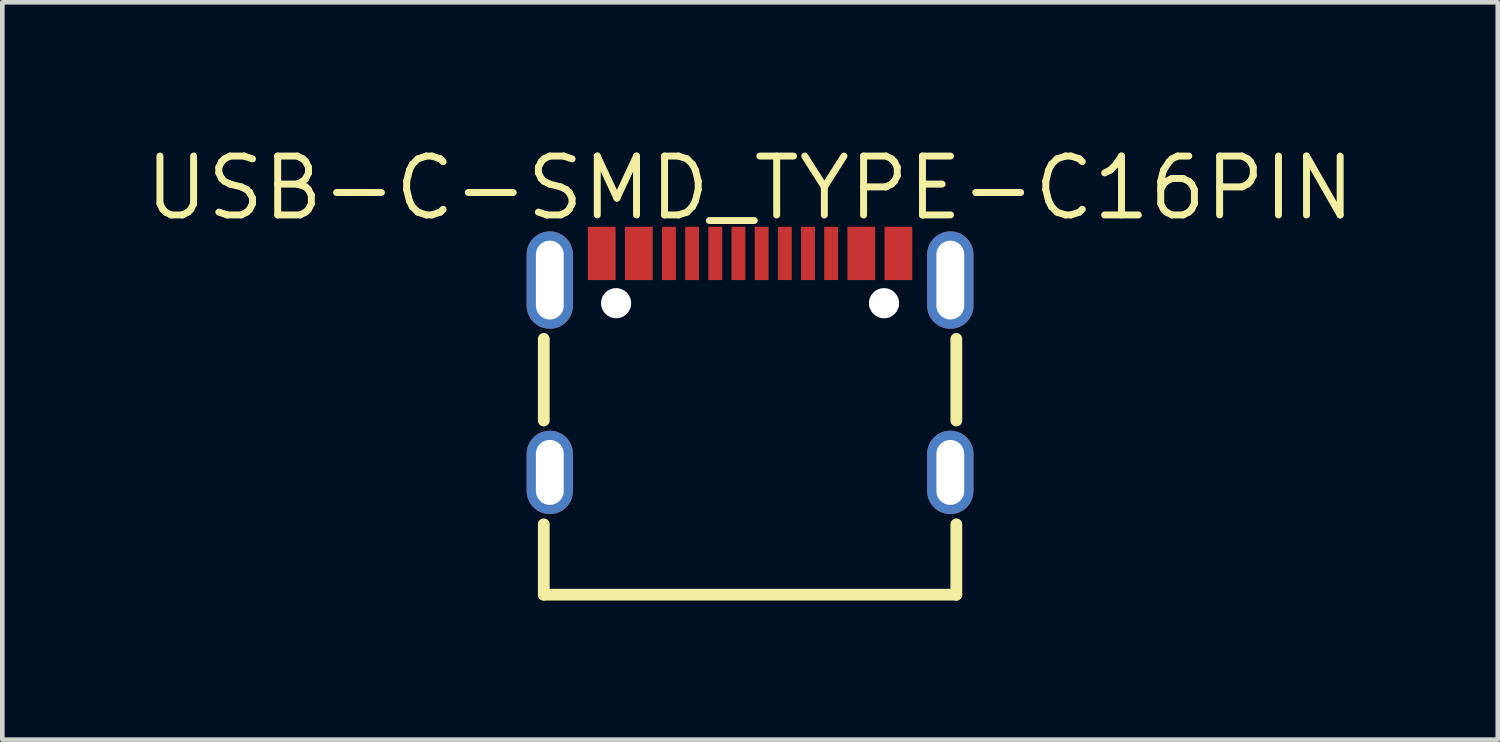
<source format=kicad_pcb>
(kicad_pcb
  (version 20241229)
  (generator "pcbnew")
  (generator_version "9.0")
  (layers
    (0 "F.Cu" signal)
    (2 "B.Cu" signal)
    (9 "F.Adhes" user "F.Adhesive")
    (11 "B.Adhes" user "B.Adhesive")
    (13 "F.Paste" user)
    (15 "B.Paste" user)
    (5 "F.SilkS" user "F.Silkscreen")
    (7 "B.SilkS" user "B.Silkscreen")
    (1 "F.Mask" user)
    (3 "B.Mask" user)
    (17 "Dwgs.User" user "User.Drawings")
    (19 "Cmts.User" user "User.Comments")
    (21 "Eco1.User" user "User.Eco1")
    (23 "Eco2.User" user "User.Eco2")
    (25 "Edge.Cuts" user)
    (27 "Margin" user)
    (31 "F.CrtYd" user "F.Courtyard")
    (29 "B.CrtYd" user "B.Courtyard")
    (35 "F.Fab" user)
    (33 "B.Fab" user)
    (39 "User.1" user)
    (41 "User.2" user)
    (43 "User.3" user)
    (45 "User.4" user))
  (footprint "USB-C-SMD_TYPE-C16PIN"
    (layer "F.Cu")
    (at 13.131 4.779)
    (property "Reference" "USB-C-SMD_TYPE-C16PIN" (at 0 -3.772 0) (layer "F.SilkS") (effects (font (size 1.27 1.27) (thickness 0.15))))
    (fp_line (start -4.45 -0.518) (end -4.45 1.243) (stroke (width 0.254) (type default)) (layer "F.SilkS"))
    (fp_line (start -4.45 3.482) (end -4.45 5) (stroke (width 0.254) (type default)) (layer "F.SilkS"))
    (fp_line (start -4.45 5) (end 4.45 5) (stroke (width 0.254) (type default)) (layer "F.SilkS"))
    (fp_line (start 4.45 1.243) (end 4.45 -0.518) (stroke (width 0.254) (type default)) (layer "F.SilkS"))
    (fp_line (start 4.45 5) (end 4.45 3.482) (stroke (width 0.254) (type default)) (layer "F.SilkS"))
    (fp_circle (center -2.89 -1.288) (end -2.765 -1.288) (stroke (width 0.25) (type default)) (fill no) (layer "Dwgs.User"))
    (fp_circle (center 2.89 -1.288) (end 3.015 -1.288) (stroke (width 0.25) (type default)) (fill no) (layer "Dwgs.User"))
    (fp_circle (center -4.47 -2.803) (end -4.44 -2.803) (stroke (width 0.06) (type default)) (fill no) (layer "User.5"))
    (pad "" np_thru_hole circle (at -2.89 -1.288) (size 0.65 0.65) (drill 0.65) (layers "*.Cu" "*.Mask"))
    (pad "" np_thru_hole circle (at 2.89 -1.288) (size 0.65 0.65) (drill 0.65) (layers "*.Cu" "*.Mask"))
    (pad "1" thru_hole oval (at -4.32 -1.787) (size 1 2.1) (drill oval 0.6 1.7) (layers "*.Cu" "*.Mask"))
    (pad "2" thru_hole oval (at 4.32 -1.787) (size 1 2.1) (drill oval 0.6 1.7) (layers "*.Cu" "*.Mask"))
    (pad "3" thru_hole oval (at -4.32 2.362) (size 1 1.8) (drill oval 0.6 1.4) (layers "*.Cu" "*.Mask"))
    (pad "4" thru_hole oval (at 4.32 2.362) (size 1 1.8) (drill oval 0.6 1.4) (layers "*.Cu" "*.Mask"))
    (pad "A1B12" smd rect (at -3.2 -2.362) (size 0.6 1.15) (layers "F.Cu" "F.Mask" "F.Paste"))
    (pad "A4B9" smd rect (at -2.4 -2.362) (size 0.6 1.15) (layers "F.Cu" "F.Mask" "F.Paste"))
    (pad "A5" smd rect (at -1.25 -2.362) (size 0.3 1.15) (layers "F.Cu" "F.Mask" "F.Paste"))
    (pad "A6" smd rect (at -0.25 -2.362) (size 0.3 1.15) (layers "F.Cu" "F.Mask" "F.Paste"))
    (pad "A7" smd rect (at 0.25 -2.362) (size 0.3 1.15) (layers "F.Cu" "F.Mask" "F.Paste"))
    (pad "A8" smd rect (at 1.25 -2.362) (size 0.3 1.15) (layers "F.Cu" "F.Mask" "F.Paste"))
    (pad "B1A12" smd rect (at 3.2 -2.362) (size 0.6 1.15) (layers "F.Cu" "F.Mask" "F.Paste"))
    (pad "B4A9" smd rect (at 2.4 -2.362) (size 0.6 1.15) (layers "F.Cu" "F.Mask" "F.Paste"))
    (pad "B5" smd rect (at 1.75 -2.362) (size 0.3 1.15) (layers "F.Cu" "F.Mask" "F.Paste"))
    (pad "B6" smd rect (at 0.75 -2.362) (size 0.3 1.15) (layers "F.Cu" "F.Mask" "F.Paste"))
    (pad "B7" smd rect (at -0.75 -2.362) (size 0.3 1.15) (layers "F.Cu" "F.Mask" "F.Paste"))
    (pad "B8" smd rect (at -1.75 -2.362) (size 0.3 1.15) (layers "F.Cu" "F.Mask" "F.Paste"))
    (zone (net_name "") (layer "F.Paste") (hatch edge 0.5) (priority 100) (connect_pads yes) (min_thickness 0) (filled_areas_thickness no) (fill yes) (polygon (pts (xy 9.631 1.841) (xy 10.231 1.841) (xy 10.231 2.991) (xy 9.631 2.991))) (filled_polygon (layer "F.Paste") (island) (pts (xy 9.631 1.841) (xy 10.231 1.841) (xy 10.231 2.991) (xy 9.631 2.991))))
    (zone (net_name "") (layer "F.Paste") (hatch edge 0.5) (priority 100) (connect_pads yes) (min_thickness 0) (filled_areas_thickness no) (fill yes) (polygon (pts (xy 10.431 1.841) (xy 11.031 1.841) (xy 11.031 2.991) (xy 10.431 2.991))) (filled_polygon (layer "F.Paste") (island) (pts (xy 10.431 1.841) (xy 11.031 1.841) (xy 11.031 2.991) (xy 10.431 2.991))))
    (zone (net_name "") (layer "F.Paste") (hatch edge 0.5) (priority 100) (connect_pads yes) (min_thickness 0) (filled_areas_thickness no) (fill yes) (polygon (pts (xy 11.231 1.841) (xy 11.531 1.841) (xy 11.531 2.991) (xy 11.231 2.991))) (filled_polygon (layer "F.Paste") (island) (pts (xy 11.231 1.841) (xy 11.531 1.841) (xy 11.531 2.991) (xy 11.231 2.991))))
    (zone (net_name "") (layer "F.Paste") (hatch edge 0.5) (priority 100) (connect_pads yes) (min_thickness 0) (filled_areas_thickness no) (fill yes) (polygon (pts (xy 11.731 1.841) (xy 12.031 1.841) (xy 12.031 2.991) (xy 11.731 2.991))) (filled_polygon (layer "F.Paste") (island) (pts (xy 11.731 1.841) (xy 12.031 1.841) (xy 12.031 2.991) (xy 11.731 2.991))))
    (zone (net_name "") (layer "F.Paste") (hatch edge 0.5) (priority 100) (connect_pads yes) (min_thickness 0) (filled_areas_thickness no) (fill yes) (polygon (pts (xy 12.231 1.841) (xy 12.531 1.841) (xy 12.531 2.991) (xy 12.231 2.991))) (filled_polygon (layer "F.Paste") (island) (pts (xy 12.231 1.841) (xy 12.531 1.841) (xy 12.531 2.991) (xy 12.231 2.991))))
    (zone (net_name "") (layer "F.Paste") (hatch edge 0.5) (priority 100) (connect_pads yes) (min_thickness 0) (filled_areas_thickness no) (fill yes) (polygon (pts (xy 12.731 1.841) (xy 13.031 1.841) (xy 13.031 2.991) (xy 12.731 2.991))) (filled_polygon (layer "F.Paste") (island) (pts (xy 12.731 1.841) (xy 13.031 1.841) (xy 13.031 2.991) (xy 12.731 2.991))))
    (zone (net_name "") (layer "F.Paste") (hatch edge 0.5) (priority 100) (connect_pads yes) (min_thickness 0) (filled_areas_thickness no) (fill yes) (polygon (pts (xy 13.231 1.841) (xy 13.531 1.841) (xy 13.531 2.991) (xy 13.231 2.991))) (filled_polygon (layer "F.Paste") (island) (pts (xy 13.231 1.841) (xy 13.531 1.841) (xy 13.531 2.991) (xy 13.231 2.991))))
    (zone (net_name "") (layer "F.Paste") (hatch edge 0.5) (priority 100) (connect_pads yes) (min_thickness 0) (filled_areas_thickness no) (fill yes) (polygon (pts (xy 13.731 1.841) (xy 14.031 1.841) (xy 14.031 2.991) (xy 13.731 2.991))) (filled_polygon (layer "F.Paste") (island) (pts (xy 13.731 1.841) (xy 14.031 1.841) (xy 14.031 2.991) (xy 13.731 2.991))))
    (zone (net_name "") (layer "F.Paste") (hatch edge 0.5) (priority 100) (connect_pads yes) (min_thickness 0) (filled_areas_thickness no) (fill yes) (polygon (pts (xy 14.231 1.841) (xy 14.531 1.841) (xy 14.531 2.991) (xy 14.231 2.991))) (filled_polygon (layer "F.Paste") (island) (pts (xy 14.231 1.841) (xy 14.531 1.841) (xy 14.531 2.991) (xy 14.231 2.991))))
    (zone (net_name "") (layer "F.Paste") (hatch edge 0.5) (priority 100) (connect_pads yes) (min_thickness 0) (filled_areas_thickness no) (fill yes) (polygon (pts (xy 14.731 1.841) (xy 15.031 1.841) (xy 15.031 2.991) (xy 14.731 2.991))) (filled_polygon (layer "F.Paste") (island) (pts (xy 14.731 1.841) (xy 15.031 1.841) (xy 15.031 2.991) (xy 14.731 2.991))))
    (zone (net_name "") (layer "F.Paste") (hatch edge 0.5) (priority 100) (connect_pads yes) (min_thickness 0) (filled_areas_thickness no) (fill yes) (polygon (pts (xy 15.231 1.841) (xy 15.831 1.841) (xy 15.831 2.991) (xy 15.231 2.991))) (filled_polygon (layer "F.Paste") (island) (pts (xy 15.231 1.841) (xy 15.831 1.841) (xy 15.831 2.991) (xy 15.231 2.991))))
    (zone (net_name "") (layer "F.Paste") (hatch edge 0.5) (priority 100) (connect_pads yes) (min_thickness 0) (filled_areas_thickness no) (fill yes) (polygon (pts (xy 16.031 1.841) (xy 16.631 1.841) (xy 16.631 2.991) (xy 16.031 2.991))) (filled_polygon (layer "F.Paste") (island) (pts (xy 16.031 1.841) (xy 16.631 1.841) (xy 16.631 2.991) (xy 16.031 2.991))))
    (zone (net_name "") (layer "F.Paste") (hatch edge 0.5) (priority 100) (connect_pads yes) (min_thickness 0) (filled_areas_thickness no) (fill yes) (polygon (pts (arc (start 8.310619 2.4413) (mid 8.810619 1.9413) (end 9.310619 2.4413)) (arc (start 9.310619 3.5413) (mid 8.810619 4.0413) (end 8.310619 3.5413)))) (filled_polygon (layer "F.Paste") (island) (pts (arc (start 8.310619 2.4413) (mid 8.810619 1.9413) (end 9.310619 2.4413)) (arc (start 9.310619 3.5413) (mid 8.810619 4.0413) (end 8.310619 3.5413)))))
    (zone (net_name "") (layer "F.Paste") (hatch edge 0.5) (priority 100) (connect_pads yes) (min_thickness 0) (filled_areas_thickness no) (fill yes) (polygon (pts (arc (start 8.310619 6.7411) (mid 8.810619 6.2411) (end 9.310619 6.7411)) (arc (start 9.310619 7.5411) (mid 8.810619 8.0411) (end 8.310619 7.5411)))) (filled_polygon (layer "F.Paste") (island) (pts (arc (start 8.310619 6.7411) (mid 8.810619 6.2411) (end 9.310619 6.7411)) (arc (start 9.310619 7.5411) (mid 8.810619 8.0411) (end 8.310619 7.5411)))))
    (zone (net_name "") (layer "F.Paste") (hatch edge 0.5) (priority 100) (connect_pads yes) (min_thickness 0) (filled_areas_thickness no) (fill yes) (polygon (pts (arc (start 16.950619 2.4413) (mid 17.450619 1.9413) (end 17.950619 2.4413)) (arc (start 17.950619 3.5413) (mid 17.450619 4.0413) (end 16.950619 3.5413)))) (filled_polygon (layer "F.Paste") (island) (pts (arc (start 16.950619 2.4413) (mid 17.450619 1.9413) (end 17.950619 2.4413)) (arc (start 17.950619 3.5413) (mid 17.450619 4.0413) (end 16.950619 3.5413)))))
    (zone (net_name "") (layer "F.Paste") (hatch edge 0.5) (priority 100) (connect_pads yes) (min_thickness 0) (filled_areas_thickness no) (fill yes) (polygon (pts (arc (start 16.950619 6.7411) (mid 17.450619 6.2411) (end 17.950619 6.7411)) (arc (start 17.950619 7.5411) (mid 17.450619 8.0411) (end 16.950619 7.5411)))) (filled_polygon (layer "F.Paste") (island) (pts (arc (start 16.950619 6.7411) (mid 17.450619 6.2411) (end 17.950619 6.7411)) (arc (start 17.950619 7.5411) (mid 17.450619 8.0411) (end 16.950619 7.5411)))))
    (zone (net_name "") (layer "User.3") (hatch edge 0.5) (priority 100) (connect_pads yes) (min_thickness 0) (filled_areas_thickness no) (fill yes) (polygon (pts (xy 8.661 9.79) (xy 8.661 2.441) (xy 17.601 2.441) (xy 17.601 9.79))) (filled_polygon (layer "User.3") (island) (pts (xy 8.661 9.79) (xy 8.661 2.441) (xy 17.601 2.441) (xy 17.601 9.79))))
    (zone (net_name "") (layer "User.4") (hatch edge 0.5) (priority 100) (connect_pads yes) (min_thickness 0) (filled_areas_thickness no) (fill yes) (polygon (pts (xy 8.661 2.441) (xy 8.961 2.441) (xy 8.961 3.541) (xy 8.661 3.541))) (filled_polygon (layer "User.4") (island) (pts (xy 8.661 2.441) (xy 8.961 2.441) (xy 8.961 3.541) (xy 8.661 3.541))))
    (zone (net_name "") (layer "User.4") (hatch edge 0.5) (priority 100) (connect_pads yes) (min_thickness 0) (filled_areas_thickness no) (fill yes) (polygon (pts (xy 8.661 6.741) (xy 8.961 6.741) (xy 8.961 7.541) (xy 8.661 7.541))) (filled_polygon (layer "User.4") (island) (pts (xy 8.661 6.741) (xy 8.961 6.741) (xy 8.961 7.541) (xy 8.661 7.541))))
    (zone (net_name "") (layer "User.4") (hatch edge 0.5) (priority 100) (connect_pads yes) (min_thickness 0) (filled_areas_thickness no) (fill yes) (polygon (pts (xy 9.731 1.976) (xy 10.131 1.976) (xy 10.131 2.676) (xy 9.731 2.676))) (filled_polygon (layer "User.4") (island) (pts (xy 9.731 1.976) (xy 10.131 1.976) (xy 10.131 2.676) (xy 9.731 2.676))))
    (zone (net_name "") (layer "User.4") (hatch edge 0.5) (priority 100) (connect_pads yes) (min_thickness 0) (filled_areas_thickness no) (fill yes) (polygon (pts (xy 10.531 1.976) (xy 10.931 1.976) (xy 10.931 2.676) (xy 10.531 2.676))) (filled_polygon (layer "User.4") (island) (pts (xy 10.531 1.976) (xy 10.931 1.976) (xy 10.931 2.676) (xy 10.531 2.676))))
    (zone (net_name "") (layer "User.4") (hatch edge 0.5) (priority 100) (connect_pads yes) (min_thickness 0) (filled_areas_thickness no) (fill yes) (polygon (pts (xy 11.281 1.976) (xy 11.481 1.976) (xy 11.481 2.676) (xy 11.281 2.676))) (filled_polygon (layer "User.4") (island) (pts (xy 11.281 1.976) (xy 11.481 1.976) (xy 11.481 2.676) (xy 11.281 2.676))))
    (zone (net_name "") (layer "User.4") (hatch edge 0.5) (priority 100) (connect_pads yes) (min_thickness 0) (filled_areas_thickness no) (fill yes) (polygon (pts (xy 11.781 1.976) (xy 11.981 1.976) (xy 11.981 2.676) (xy 11.781 2.676))) (filled_polygon (layer "User.4") (island) (pts (xy 11.781 1.976) (xy 11.981 1.976) (xy 11.981 2.676) (xy 11.781 2.676))))
    (zone (net_name "") (layer "User.4") (hatch edge 0.5) (priority 100) (connect_pads yes) (min_thickness 0) (filled_areas_thickness no) (fill yes) (polygon (pts (xy 12.281 1.976) (xy 12.481 1.976) (xy 12.481 2.676) (xy 12.281 2.676))) (filled_polygon (layer "User.4") (island) (pts (xy 12.281 1.976) (xy 12.481 1.976) (xy 12.481 2.676) (xy 12.281 2.676))))
    (zone (net_name "") (layer "User.4") (hatch edge 0.5) (priority 100) (connect_pads yes) (min_thickness 0) (filled_areas_thickness no) (fill yes) (polygon (pts (xy 12.781 1.976) (xy 12.981 1.976) (xy 12.981 2.676) (xy 12.781 2.676))) (filled_polygon (layer "User.4") (island) (pts (xy 12.781 1.976) (xy 12.981 1.976) (xy 12.981 2.676) (xy 12.781 2.676))))
    (zone (net_name "") (layer "User.4") (hatch edge 0.5) (priority 100) (connect_pads yes) (min_thickness 0) (filled_areas_thickness no) (fill yes) (polygon (pts (xy 13.281 1.976) (xy 13.481 1.976) (xy 13.481 2.676) (xy 13.281 2.676))) (filled_polygon (layer "User.4") (island) (pts (xy 13.281 1.976) (xy 13.481 1.976) (xy 13.481 2.676) (xy 13.281 2.676))))
    (zone (net_name "") (layer "User.4") (hatch edge 0.5) (priority 100) (connect_pads yes) (min_thickness 0) (filled_areas_thickness no) (fill yes) (polygon (pts (xy 13.781 1.976) (xy 13.981 1.976) (xy 13.981 2.676) (xy 13.781 2.676))) (filled_polygon (layer "User.4") (island) (pts (xy 13.781 1.976) (xy 13.981 1.976) (xy 13.981 2.676) (xy 13.781 2.676))))
    (zone (net_name "") (layer "User.4") (hatch edge 0.5) (priority 100) (connect_pads yes) (min_thickness 0) (filled_areas_thickness no) (fill yes) (polygon (pts (xy 14.281 1.976) (xy 14.481 1.976) (xy 14.481 2.676) (xy 14.281 2.676))) (filled_polygon (layer "User.4") (island) (pts (xy 14.281 1.976) (xy 14.481 1.976) (xy 14.481 2.676) (xy 14.281 2.676))))
    (zone (net_name "") (layer "User.4") (hatch edge 0.5) (priority 100) (connect_pads yes) (min_thickness 0) (filled_areas_thickness no) (fill yes) (polygon (pts (xy 14.781 1.976) (xy 14.981 1.976) (xy 14.981 2.676) (xy 14.781 2.676))) (filled_polygon (layer "User.4") (island) (pts (xy 14.781 1.976) (xy 14.981 1.976) (xy 14.981 2.676) (xy 14.781 2.676))))
    (zone (net_name "") (layer "User.4") (hatch edge 0.5) (priority 100) (connect_pads yes) (min_thickness 0) (filled_areas_thickness no) (fill yes) (polygon (pts (xy 15.331 1.976) (xy 15.731 1.976) (xy 15.731 2.676) (xy 15.331 2.676))) (filled_polygon (layer "User.4") (island) (pts (xy 15.331 1.976) (xy 15.731 1.976) (xy 15.731 2.676) (xy 15.331 2.676))))
    (zone (net_name "") (layer "User.4") (hatch edge 0.5) (priority 100) (connect_pads yes) (min_thickness 0) (filled_areas_thickness no) (fill yes) (polygon (pts (xy 16.131 1.976) (xy 16.531 1.976) (xy 16.531 2.676) (xy 16.131 2.676))) (filled_polygon (layer "User.4") (island) (pts (xy 16.131 1.976) (xy 16.531 1.976) (xy 16.531 2.676) (xy 16.131 2.676))))
    (zone (net_name "") (layer "User.4") (hatch edge 0.5) (priority 100) (connect_pads yes) (min_thickness 0) (filled_areas_thickness no) (fill yes) (polygon (pts (xy 17.301 2.441) (xy 17.601 2.441) (xy 17.601 3.541) (xy 17.301 3.541))) (filled_polygon (layer "User.4") (island) (pts (xy 17.301 2.441) (xy 17.601 2.441) (xy 17.601 3.541) (xy 17.301 3.541))))
    (zone (net_name "") (layer "User.4") (hatch edge 0.5) (priority 100) (connect_pads yes) (min_thickness 0) (filled_areas_thickness no) (fill yes) (polygon (pts (xy 17.301 6.741) (xy 17.601 6.741) (xy 17.601 7.541) (xy 17.301 7.541))) (filled_polygon (layer "User.4") (island) (pts (xy 17.301 6.741) (xy 17.601 6.741) (xy 17.601 7.541) (xy 17.301 7.541)))))
  (gr_rect
    (start -3 -3)
    (end 29.261 12.906)
    (stroke (width 0.1) (type default))
    (fill no)
    (layer "Edge.Cuts")))
</source>
